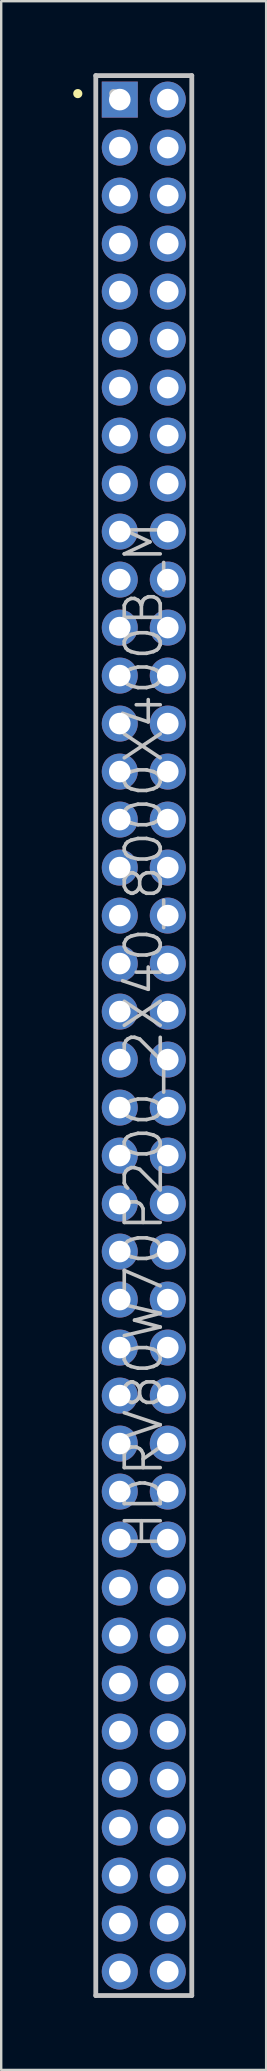
<source format=kicad_pcb>
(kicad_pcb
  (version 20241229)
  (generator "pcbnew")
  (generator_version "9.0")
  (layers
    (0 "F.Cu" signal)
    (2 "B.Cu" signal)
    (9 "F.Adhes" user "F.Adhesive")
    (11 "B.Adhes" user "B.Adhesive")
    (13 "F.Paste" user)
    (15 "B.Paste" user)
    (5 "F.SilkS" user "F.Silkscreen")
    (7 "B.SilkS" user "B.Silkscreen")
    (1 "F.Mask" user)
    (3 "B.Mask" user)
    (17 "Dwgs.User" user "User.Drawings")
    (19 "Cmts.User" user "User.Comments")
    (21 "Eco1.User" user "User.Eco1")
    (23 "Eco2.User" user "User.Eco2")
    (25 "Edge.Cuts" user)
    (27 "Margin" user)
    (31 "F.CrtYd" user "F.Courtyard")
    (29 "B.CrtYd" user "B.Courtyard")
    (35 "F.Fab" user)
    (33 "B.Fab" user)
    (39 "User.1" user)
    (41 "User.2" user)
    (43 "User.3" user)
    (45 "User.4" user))
  (footprint "HDRV80W70P200_2X40_8000X400B_M"
    (layer "F.Cu")
    (at 2.941 40.1)
    (property "Reference" "HDRV80W70P200_2X40_8000X400B_M" (at 0 0 90) (layer "Dwgs.User") (effects (font (size 1.5 1.5) (thickness 0.15))))
    (attr through_hole)
    (fp_line (start -2.75 -39.25) (end -2.75 -39.25) (stroke (width 0.381) (type solid)) (layer "F.SilkS"))
    (fp_line (start -2 -40) (end -2 40) (stroke (width 0.2) (type solid)) (layer "Dwgs.User"))
    (fp_line (start -2 -40) (end 2 -40) (stroke (width 0.2) (type solid)) (layer "Dwgs.User"))
    (fp_line (start -2 40) (end 2 40) (stroke (width 0.2) (type solid)) (layer "Dwgs.User"))
    (fp_line (start -1.25 -39.25) (end -1.25 -39.25) (stroke (width 0.381) (type solid)) (layer "Dwgs.User"))
    (fp_line (start 2 -40) (end 2 40) (stroke (width 0.2) (type solid)) (layer "Dwgs.User"))
    (pad "1" thru_hole rect (at -1 -39) (size 1.5 1.5) (drill 0.9) (layers "*.Cu" "*.Mask"))
    (pad "2" thru_hole circle (at 1 -39 270) (size 1.5 1.5) (drill 0.9) (layers "*.Cu" "*.Mask"))
    (pad "3" thru_hole circle (at -1 -37 270) (size 1.5 1.5) (drill 0.9) (layers "*.Cu" "*.Mask"))
    (pad "4" thru_hole circle (at 1 -37 270) (size 1.5 1.5) (drill 0.9) (layers "*.Cu" "*.Mask"))
    (pad "5" thru_hole circle (at -1 -35 270) (size 1.5 1.5) (drill 0.9) (layers "*.Cu" "*.Mask"))
    (pad "6" thru_hole circle (at 1 -35 270) (size 1.5 1.5) (drill 0.9) (layers "*.Cu" "*.Mask"))
    (pad "7" thru_hole circle (at -1 -33 270) (size 1.5 1.5) (drill 0.9) (layers "*.Cu" "*.Mask"))
    (pad "8" thru_hole circle (at 1 -33 270) (size 1.5 1.5) (drill 0.9) (layers "*.Cu" "*.Mask"))
    (pad "9" thru_hole circle (at -1 -31 270) (size 1.5 1.5) (drill 0.9) (layers "*.Cu" "*.Mask"))
    (pad "10" thru_hole circle (at 1 -31 270) (size 1.5 1.5) (drill 0.9) (layers "*.Cu" "*.Mask"))
    (pad "11" thru_hole circle (at -1 -29 270) (size 1.5 1.5) (drill 0.9) (layers "*.Cu" "*.Mask"))
    (pad "12" thru_hole circle (at 1 -29 270) (size 1.5 1.5) (drill 0.9) (layers "*.Cu" "*.Mask"))
    (pad "13" thru_hole circle (at -1 -27 270) (size 1.5 1.5) (drill 0.9) (layers "*.Cu" "*.Mask"))
    (pad "14" thru_hole circle (at 1 -27 270) (size 1.5 1.5) (drill 0.9) (layers "*.Cu" "*.Mask"))
    (pad "15" thru_hole circle (at -1 -25 270) (size 1.5 1.5) (drill 0.9) (layers "*.Cu" "*.Mask"))
    (pad "16" thru_hole circle (at 1 -25 270) (size 1.5 1.5) (drill 0.9) (layers "*.Cu" "*.Mask"))
    (pad "17" thru_hole circle (at -1 -23 270) (size 1.5 1.5) (drill 0.9) (layers "*.Cu" "*.Mask"))
    (pad "18" thru_hole circle (at 1 -23 270) (size 1.5 1.5) (drill 0.9) (layers "*.Cu" "*.Mask"))
    (pad "19" thru_hole circle (at -1 -21 270) (size 1.5 1.5) (drill 0.9) (layers "*.Cu" "*.Mask"))
    (pad "20" thru_hole circle (at 1 -21 270) (size 1.5 1.5) (drill 0.9) (layers "*.Cu" "*.Mask"))
    (pad "21" thru_hole circle (at -1 -19 270) (size 1.5 1.5) (drill 0.9) (layers "*.Cu" "*.Mask"))
    (pad "22" thru_hole circle (at 1 -19 270) (size 1.5 1.5) (drill 0.9) (layers "*.Cu" "*.Mask"))
    (pad "23" thru_hole circle (at -1 -17 270) (size 1.5 1.5) (drill 0.9) (layers "*.Cu" "*.Mask"))
    (pad "24" thru_hole circle (at 1 -17 270) (size 1.5 1.5) (drill 0.9) (layers "*.Cu" "*.Mask"))
    (pad "25" thru_hole circle (at -1 -15 270) (size 1.5 1.5) (drill 0.9) (layers "*.Cu" "*.Mask"))
    (pad "26" thru_hole circle (at 1 -15 270) (size 1.5 1.5) (drill 0.9) (layers "*.Cu" "*.Mask"))
    (pad "27" thru_hole circle (at -1 -13 270) (size 1.5 1.5) (drill 0.9) (layers "*.Cu" "*.Mask"))
    (pad "28" thru_hole circle (at 1 -13 270) (size 1.5 1.5) (drill 0.9) (layers "*.Cu" "*.Mask"))
    (pad "29" thru_hole circle (at -1 -11 270) (size 1.5 1.5) (drill 0.9) (layers "*.Cu" "*.Mask"))
    (pad "30" thru_hole circle (at 1 -11 270) (size 1.5 1.5) (drill 0.9) (layers "*.Cu" "*.Mask"))
    (pad "31" thru_hole circle (at -1 -9 270) (size 1.5 1.5) (drill 0.9) (layers "*.Cu" "*.Mask"))
    (pad "32" thru_hole circle (at 1 -9 270) (size 1.5 1.5) (drill 0.9) (layers "*.Cu" "*.Mask"))
    (pad "33" thru_hole circle (at -1 -7 270) (size 1.5 1.5) (drill 0.9) (layers "*.Cu" "*.Mask"))
    (pad "34" thru_hole circle (at 1 -7 270) (size 1.5 1.5) (drill 0.9) (layers "*.Cu" "*.Mask"))
    (pad "35" thru_hole circle (at -1 -5 270) (size 1.5 1.5) (drill 0.9) (layers "*.Cu" "*.Mask"))
    (pad "36" thru_hole circle (at 1 -5 270) (size 1.5 1.5) (drill 0.9) (layers "*.Cu" "*.Mask"))
    (pad "37" thru_hole circle (at -1 -3 270) (size 1.5 1.5) (drill 0.9) (layers "*.Cu" "*.Mask"))
    (pad "38" thru_hole circle (at 1 -3 270) (size 1.5 1.5) (drill 0.9) (layers "*.Cu" "*.Mask"))
    (pad "39" thru_hole circle (at -1 -1 270) (size 1.5 1.5) (drill 0.9) (layers "*.Cu" "*.Mask"))
    (pad "40" thru_hole circle (at 1 -1 270) (size 1.5 1.5) (drill 0.9) (layers "*.Cu" "*.Mask"))
    (pad "41" thru_hole circle (at -1 1 270) (size 1.5 1.5) (drill 0.9) (layers "*.Cu" "*.Mask"))
    (pad "42" thru_hole circle (at 1 1 270) (size 1.5 1.5) (drill 0.9) (layers "*.Cu" "*.Mask"))
    (pad "43" thru_hole circle (at -1 3 270) (size 1.5 1.5) (drill 0.9) (layers "*.Cu" "*.Mask"))
    (pad "44" thru_hole circle (at 1 3 270) (size 1.5 1.5) (drill 0.9) (layers "*.Cu" "*.Mask"))
    (pad "45" thru_hole circle (at -1 5 270) (size 1.5 1.5) (drill 0.9) (layers "*.Cu" "*.Mask"))
    (pad "46" thru_hole circle (at 1 5 270) (size 1.5 1.5) (drill 0.9) (layers "*.Cu" "*.Mask"))
    (pad "47" thru_hole circle (at -1 7 270) (size 1.5 1.5) (drill 0.9) (layers "*.Cu" "*.Mask"))
    (pad "48" thru_hole circle (at 1 7 270) (size 1.5 1.5) (drill 0.9) (layers "*.Cu" "*.Mask"))
    (pad "49" thru_hole circle (at -1 9 270) (size 1.5 1.5) (drill 0.9) (layers "*.Cu" "*.Mask"))
    (pad "50" thru_hole circle (at 1 9 270) (size 1.5 1.5) (drill 0.9) (layers "*.Cu" "*.Mask"))
    (pad "51" thru_hole circle (at -1 11 270) (size 1.5 1.5) (drill 0.9) (layers "*.Cu" "*.Mask"))
    (pad "52" thru_hole circle (at 1 11 270) (size 1.5 1.5) (drill 0.9) (layers "*.Cu" "*.Mask"))
    (pad "53" thru_hole circle (at -1 13 270) (size 1.5 1.5) (drill 0.9) (layers "*.Cu" "*.Mask"))
    (pad "54" thru_hole circle (at 1 13 270) (size 1.5 1.5) (drill 0.9) (layers "*.Cu" "*.Mask"))
    (pad "55" thru_hole circle (at -1 15 270) (size 1.5 1.5) (drill 0.9) (layers "*.Cu" "*.Mask"))
    (pad "56" thru_hole circle (at 1 15 270) (size 1.5 1.5) (drill 0.9) (layers "*.Cu" "*.Mask"))
    (pad "57" thru_hole circle (at -1 17 270) (size 1.5 1.5) (drill 0.9) (layers "*.Cu" "*.Mask"))
    (pad "58" thru_hole circle (at 1 17 270) (size 1.5 1.5) (drill 0.9) (layers "*.Cu" "*.Mask"))
    (pad "59" thru_hole circle (at -1 19 270) (size 1.5 1.5) (drill 0.9) (layers "*.Cu" "*.Mask"))
    (pad "60" thru_hole circle (at 1 19 270) (size 1.5 1.5) (drill 0.9) (layers "*.Cu" "*.Mask"))
    (pad "61" thru_hole circle (at -1 21 270) (size 1.5 1.5) (drill 0.9) (layers "*.Cu" "*.Mask"))
    (pad "62" thru_hole circle (at 1 21 270) (size 1.5 1.5) (drill 0.9) (layers "*.Cu" "*.Mask"))
    (pad "63" thru_hole circle (at -1 23 270) (size 1.5 1.5) (drill 0.9) (layers "*.Cu" "*.Mask"))
    (pad "64" thru_hole circle (at 1 23 270) (size 1.5 1.5) (drill 0.9) (layers "*.Cu" "*.Mask"))
    (pad "65" thru_hole circle (at -1 25 270) (size 1.5 1.5) (drill 0.9) (layers "*.Cu" "*.Mask"))
    (pad "66" thru_hole circle (at 1 25 270) (size 1.5 1.5) (drill 0.9) (layers "*.Cu" "*.Mask"))
    (pad "67" thru_hole circle (at -1 27 270) (size 1.5 1.5) (drill 0.9) (layers "*.Cu" "*.Mask"))
    (pad "68" thru_hole circle (at 1 27 270) (size 1.5 1.5) (drill 0.9) (layers "*.Cu" "*.Mask"))
    (pad "69" thru_hole circle (at -1 29 270) (size 1.5 1.5) (drill 0.9) (layers "*.Cu" "*.Mask"))
    (pad "70" thru_hole circle (at 1 29 270) (size 1.5 1.5) (drill 0.9) (layers "*.Cu" "*.Mask"))
    (pad "71" thru_hole circle (at -1 31 270) (size 1.5 1.5) (drill 0.9) (layers "*.Cu" "*.Mask"))
    (pad "72" thru_hole circle (at 1 31 270) (size 1.5 1.5) (drill 0.9) (layers "*.Cu" "*.Mask"))
    (pad "73" thru_hole circle (at -1 33 270) (size 1.5 1.5) (drill 0.9) (layers "*.Cu" "*.Mask"))
    (pad "74" thru_hole circle (at 1 33 270) (size 1.5 1.5) (drill 0.9) (layers "*.Cu" "*.Mask"))
    (pad "75" thru_hole circle (at -1 35 270) (size 1.5 1.5) (drill 0.9) (layers "*.Cu" "*.Mask"))
    (pad "76" thru_hole circle (at 1 35 270) (size 1.5 1.5) (drill 0.9) (layers "*.Cu" "*.Mask"))
    (pad "77" thru_hole circle (at -1 37 270) (size 1.5 1.5) (drill 0.9) (layers "*.Cu" "*.Mask"))
    (pad "78" thru_hole circle (at 1 37 270) (size 1.5 1.5) (drill 0.9) (layers "*.Cu" "*.Mask"))
    (pad "79" thru_hole circle (at -1 39 270) (size 1.5 1.5) (drill 0.9) (layers "*.Cu" "*.Mask"))
    (pad "80" thru_hole circle (at 1 39 270) (size 1.5 1.5) (drill 0.9) (layers "*.Cu" "*.Mask")))
  (gr_rect
    (start -3 -3)
    (end 8.04 83.2)
    (stroke (width 0.1) (type default))
    (fill no)
    (layer "Edge.Cuts")))
</source>
